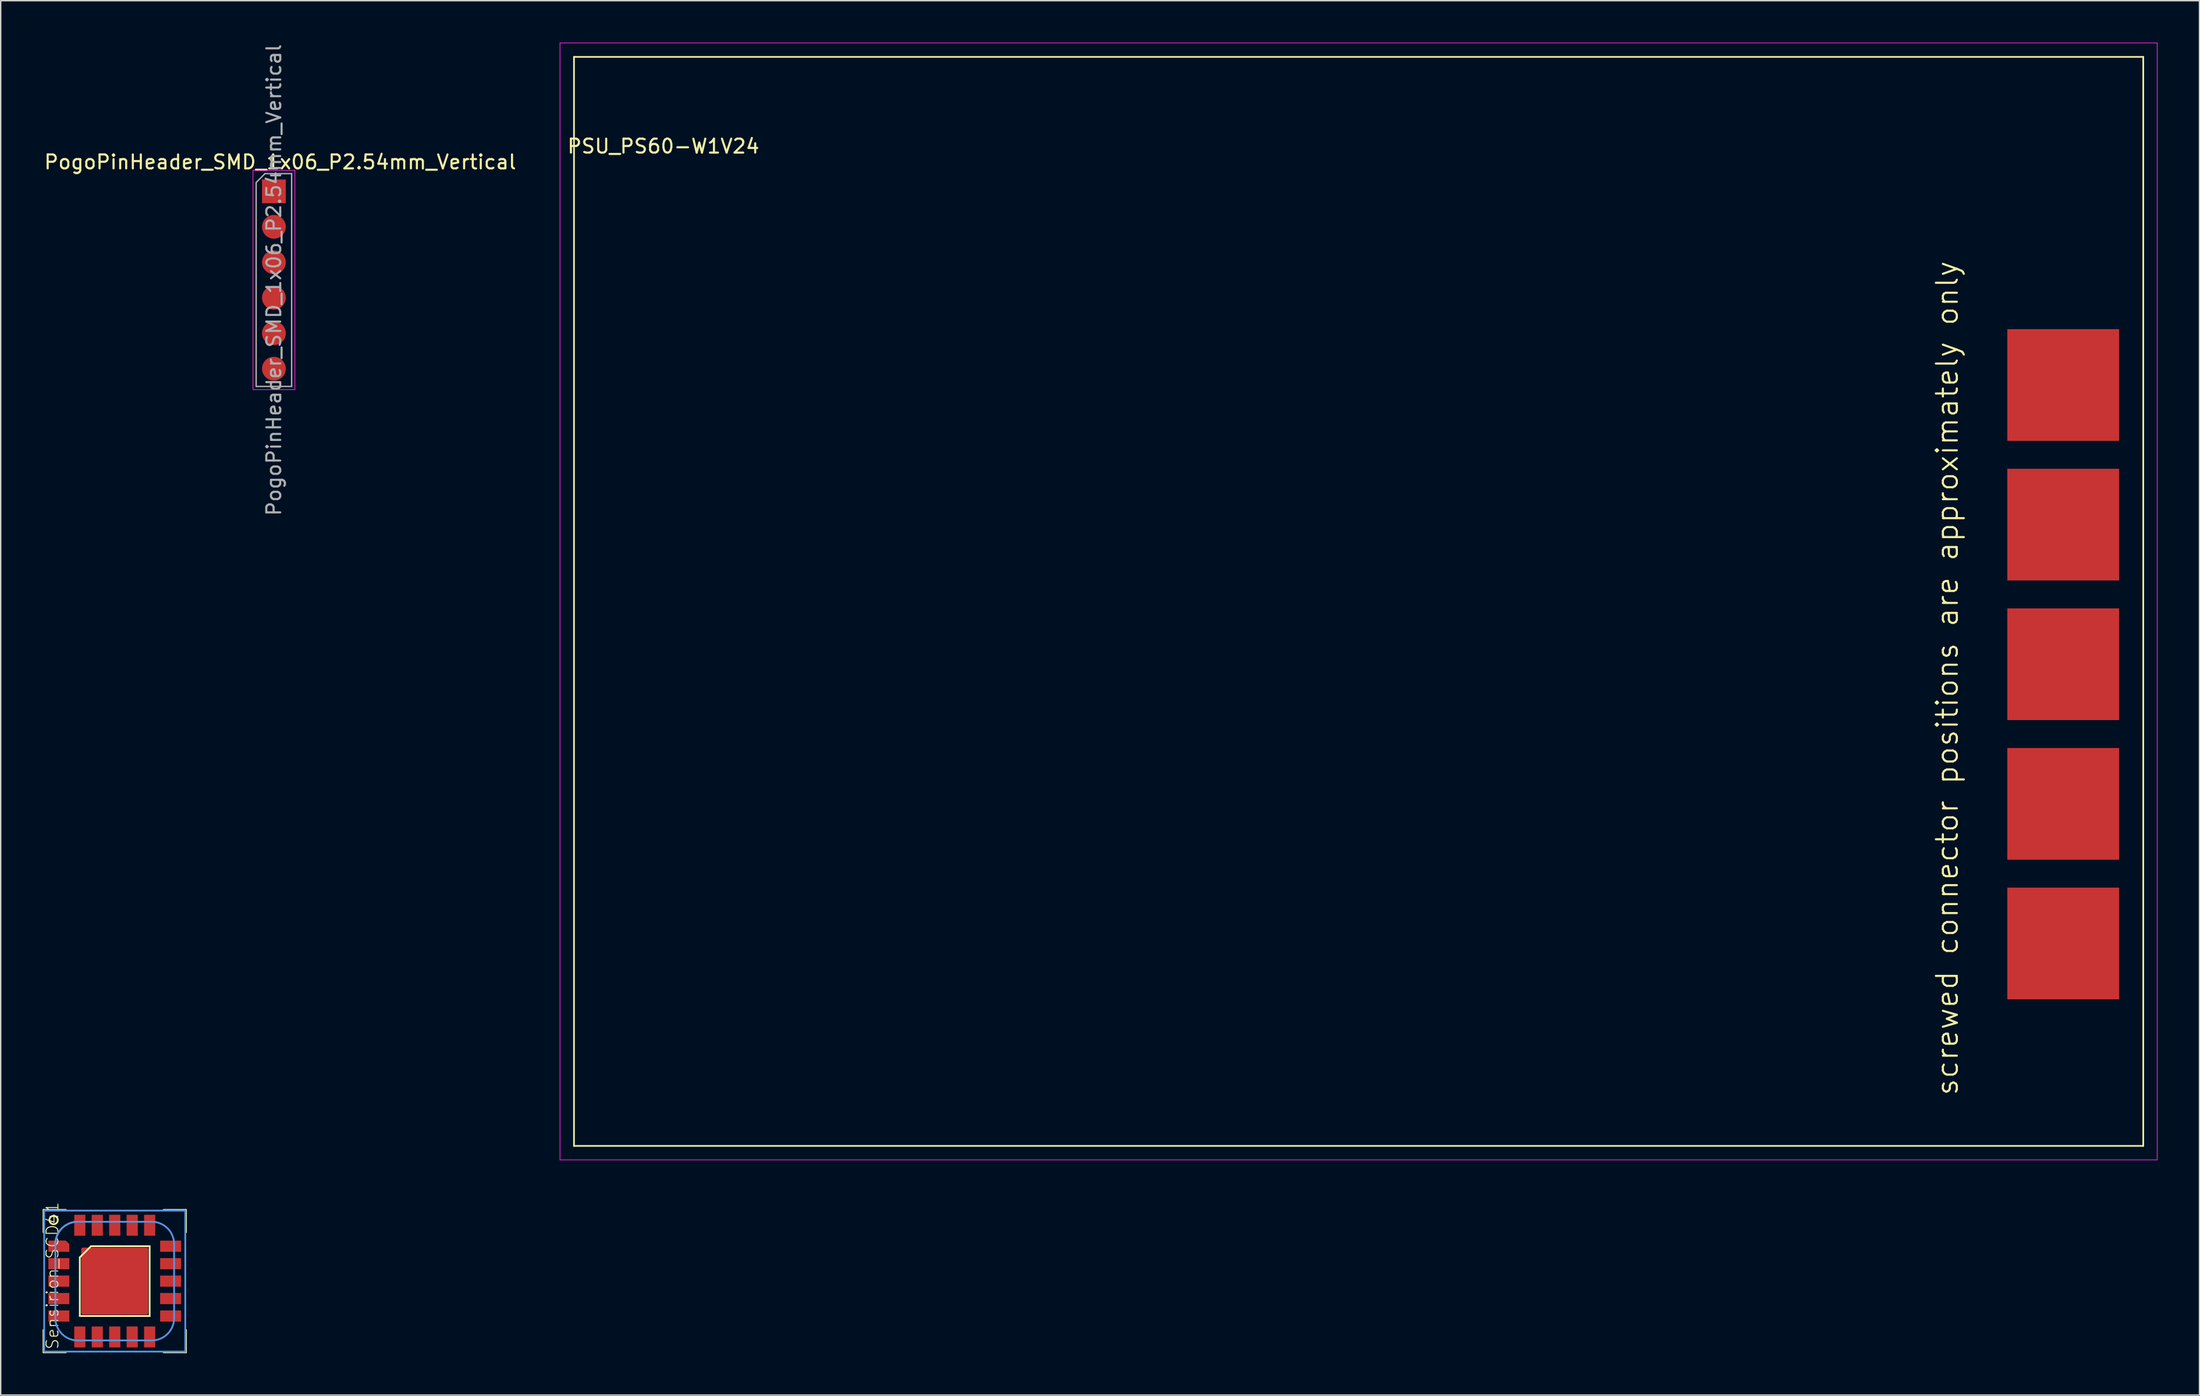
<source format=kicad_pcb>
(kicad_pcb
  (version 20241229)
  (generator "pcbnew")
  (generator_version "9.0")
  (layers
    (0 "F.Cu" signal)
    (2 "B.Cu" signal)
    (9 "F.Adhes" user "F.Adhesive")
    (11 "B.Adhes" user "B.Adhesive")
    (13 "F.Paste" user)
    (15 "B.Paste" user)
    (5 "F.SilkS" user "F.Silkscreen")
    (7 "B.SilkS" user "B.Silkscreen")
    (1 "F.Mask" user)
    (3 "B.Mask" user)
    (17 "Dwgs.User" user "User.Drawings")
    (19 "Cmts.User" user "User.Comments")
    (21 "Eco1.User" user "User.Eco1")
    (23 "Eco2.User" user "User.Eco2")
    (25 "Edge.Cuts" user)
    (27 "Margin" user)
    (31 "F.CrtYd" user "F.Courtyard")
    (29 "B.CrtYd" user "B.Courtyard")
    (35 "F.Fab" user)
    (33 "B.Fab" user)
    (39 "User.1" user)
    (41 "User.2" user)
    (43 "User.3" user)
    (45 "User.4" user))
  (footprint "Sensirion_SCD41"
    (layer "F.Cu")
    (at 5.163 88.708)
    (property "Reference" "Sensirion_SCD41" (at -3.962 4.953 270) (layer "F.SilkS") (effects (font (size 0.845 0.845) (thickness 0.068)) (justify left bottom)))
    (attr through_hole)
    (fp_poly (pts (xy -4.75 -2.1) (xy -3.25 -2.1) (xy -3.25 -2.65) (xy -3.5 -2.9) (xy -4.75 -2.9)) (stroke (width 0) (type solid)) (fill yes) (layer "F.Cu"))
    (fp_poly (pts (xy -3.45 -3) (xy -3.15 -2.7) (xy -3.15 -2) (xy -4.85 -2) (xy -4.85 -3)) (stroke (width 0) (type solid)) (fill yes) (layer "F.Mask"))
    (fp_line (start -5.1 -5.1) (end -5.1 -3.5) (stroke (width 0.127) (type solid)) (layer "F.SilkS"))
    (fp_line (start -5.1 -5.1) (end -3.5 -5.1) (stroke (width 0.127) (type solid)) (layer "F.SilkS"))
    (fp_line (start -5.1 5.1) (end -5.1 3.5) (stroke (width 0.127) (type solid)) (layer "F.SilkS"))
    (fp_line (start -5.1 5.1) (end -3.5 5.1) (stroke (width 0.127) (type solid)) (layer "F.SilkS"))
    (fp_line (start -2.5 -1.7) (end -1.7 -2.5) (stroke (width 0.127) (type solid)) (layer "F.SilkS"))
    (fp_line (start -2.5 2.5) (end -2.5 -1.7) (stroke (width 0.127) (type solid)) (layer "F.SilkS"))
    (fp_line (start 2.5 -2.5) (end -1.7 -2.5) (stroke (width 0.127) (type solid)) (layer "F.SilkS"))
    (fp_line (start 2.5 -2.5) (end 2.5 2.5) (stroke (width 0.127) (type solid)) (layer "F.SilkS"))
    (fp_line (start 2.5 2.5) (end -2.5 2.5) (stroke (width 0.127) (type solid)) (layer "F.SilkS"))
    (fp_line (start 5.1 -5.1) (end 3.5 -5.1) (stroke (width 0.127) (type solid)) (layer "F.SilkS"))
    (fp_line (start 5.1 -5.1) (end 5.1 -3.5) (stroke (width 0.127) (type solid)) (layer "F.SilkS"))
    (fp_line (start 5.1 5.1) (end 3.5 5.1) (stroke (width 0.127) (type solid)) (layer "F.SilkS"))
    (fp_line (start 5.1 5.1) (end 5.1 3.5) (stroke (width 0.127) (type solid)) (layer "F.SilkS"))
    (fp_circle (center -4.375 -4.375) (end -4.075 -4.375) (stroke (width 0.127) (type solid)) (fill no) (layer "F.SilkS"))
    (fp_poly (pts (xy -4.75 -2.9) (xy -4.75 -2.1) (xy -3.25 -2.1) (xy -3.25 -2.65) (xy -3.5 -2.9)) (stroke (width 0) (type solid)) (fill yes) (layer "F.Paste"))
    (fp_line (start -5.05 5.05) (end -5.05 -5.05) (stroke (width 0.127) (type solid)) (layer "Cmts.User"))
    (fp_line (start -5.05 5.05) (end 5.05 5.05) (stroke (width 0.127) (type solid)) (layer "Cmts.User"))
    (fp_line (start -4.25 2.65) (end -4.25 -2.65) (stroke (width 0.127) (type solid)) (layer "Cmts.User"))
    (fp_line (start 2.65 -4.25) (end -2.65 -4.25) (stroke (width 0.127) (type solid)) (layer "Cmts.User"))
    (fp_line (start 2.65 4.25) (end -2.65 4.25) (stroke (width 0.127) (type solid)) (layer "Cmts.User"))
    (fp_line (start 4.25 2.65) (end 4.25 -2.65) (stroke (width 0.127) (type solid)) (layer "Cmts.User"))
    (fp_line (start 5.05 -5.05) (end -5.05 -5.05) (stroke (width 0.127) (type solid)) (layer "Cmts.User"))
    (fp_line (start 5.05 5.05) (end 5.05 -5.05) (stroke (width 0.127) (type solid)) (layer "Cmts.User"))
    (fp_arc (start -4.25 -2.65) (mid -3.781371 -3.781371) (end -2.65 -4.25) (stroke (width 0.127) (type solid)) (layer "Cmts.User"))
    (fp_arc (start -4.25 -2.65) (mid -3.781371 -3.781371) (end -2.65 -4.25) (stroke (width 0.127) (type solid)) (layer "Cmts.User"))
    (fp_arc (start -2.65 4.25) (mid -3.781371 3.781371) (end -4.25 2.65) (stroke (width 0.127) (type solid)) (layer "Cmts.User"))
    (fp_arc (start 2.65 -4.25) (mid 3.781371 -3.781371) (end 4.25 -2.65) (stroke (width 0.127) (type solid)) (layer "Cmts.User"))
    (fp_arc (start 4.25 2.65) (mid 3.781371 3.781371) (end 2.65 4.25) (stroke (width 0.127) (type solid)) (layer "Cmts.User"))
    (pad "1" smd rect (at -4 -2.5 90) (size 0.8 0.8) (layers "F.Cu" "F.Mask" "F.Paste"))
    (pad "2" smd rect (at -4 -1.25 90) (size 0.8 1.5) (layers "F.Cu" "F.Mask" "F.Paste"))
    (pad "3" smd rect (at -4 0 90) (size 0.8 1.5) (layers "F.Cu" "F.Mask" "F.Paste"))
    (pad "4" smd rect (at -4 1.25 90) (size 0.8 1.5) (layers "F.Cu" "F.Mask" "F.Paste"))
    (pad "5" smd rect (at -4 2.5 90) (size 0.8 1.5) (layers "F.Cu" "F.Mask" "F.Paste"))
    (pad "6" smd rect (at -2.5 4 180) (size 0.8 1.5) (layers "F.Cu" "F.Mask" "F.Paste"))
    (pad "7" smd rect (at -1.25 4 180) (size 0.8 1.5) (layers "F.Cu" "F.Mask" "F.Paste"))
    (pad "8" smd rect (at 0 4 180) (size 0.8 1.5) (layers "F.Cu" "F.Mask" "F.Paste"))
    (pad "9" smd rect (at 1.25 4 180) (size 0.8 1.5) (layers "F.Cu" "F.Mask" "F.Paste"))
    (pad "10" smd rect (at 2.5 4 180) (size 0.8 1.5) (layers "F.Cu" "F.Mask" "F.Paste"))
    (pad "11" smd rect (at 4 2.5 270) (size 0.8 1.5) (layers "F.Cu" "F.Mask" "F.Paste"))
    (pad "12" smd rect (at 4 1.25 270) (size 0.8 1.5) (layers "F.Cu" "F.Mask" "F.Paste"))
    (pad "13" smd rect (at 4 0 270) (size 0.8 1.5) (layers "F.Cu" "F.Mask" "F.Paste"))
    (pad "14" smd rect (at 4 -1.25 270) (size 0.8 1.5) (layers "F.Cu" "F.Mask" "F.Paste"))
    (pad "15" smd rect (at 4 -2.5 270) (size 0.8 1.5) (layers "F.Cu" "F.Mask" "F.Paste"))
    (pad "16" smd rect (at 2.5 -4) (size 0.8 1.5) (layers "F.Cu" "F.Mask" "F.Paste"))
    (pad "17" smd rect (at 1.25 -4) (size 0.8 1.5) (layers "F.Cu" "F.Mask" "F.Paste"))
    (pad "18" smd rect (at 0 -4) (size 0.8 1.5) (layers "F.Cu" "F.Mask" "F.Paste"))
    (pad "19" smd rect (at -1.25 -4) (size 0.8 1.5) (layers "F.Cu" "F.Mask" "F.Paste"))
    (pad "20" smd rect (at -2.5 -4) (size 0.8 1.5) (layers "F.Cu" "F.Mask" "F.Paste"))
    (pad "21" smd roundrect (at 0 0) (size 4.8 4.8) (layers "F.Cu" "F.Mask" "F.Paste") (roundrect_rratio 0.025)))
  (footprint "PSU_PS60-W1V24"
    (layer "F.Cu")
    (at 38.037 1.025)
    (property "Reference" "PSU_PS60-W1V24" (at 6.4 6.4 0) (layer "F.SilkS") (effects (font (size 1 1) (thickness 0.15))))
    (attr through_hole)
    (fp_line (start 0 0) (end 112.33 0) (stroke (width 0.12) (type solid)) (layer "F.SilkS"))
    (fp_line (start 0 78) (end 0 0) (stroke (width 0.12) (type solid)) (layer "F.SilkS"))
    (fp_line (start 112.33 0) (end 112.33 78) (stroke (width 0.12) (type solid)) (layer "F.SilkS"))
    (fp_line (start 112.33 78) (end 0 78) (stroke (width 0.12) (type solid)) (layer "F.SilkS"))
    (fp_line (start -1 -1) (end 113.33 -1) (stroke (width 0.05) (type solid)) (layer "F.CrtYd"))
    (fp_line (start -1 79) (end -1 -1) (stroke (width 0.05) (type solid)) (layer "F.CrtYd"))
    (fp_line (start 113.33 -1) (end 113.33 79) (stroke (width 0.05) (type solid)) (layer "F.CrtYd"))
    (fp_line (start 113.33 79) (end -1 79) (stroke (width 0.05) (type solid)) (layer "F.CrtYd"))
    (fp_text user "screwed connector positions are approximately only" (at 98.3 44.5 90) (layer "F.SilkS") (effects (font (size 1.5 1.5) (thickness 0.15))))
    (pad "1A" connect rect (at 106.6 23.5) (size 8 8) (layers "F.Cu" "F.Mask"))
    (pad "2A" connect rect (at 106.6 33.5) (size 8 8) (layers "F.Cu" "F.Mask"))
    (pad "3A" connect rect (at 106.6 43.5) (size 8 8) (layers "F.Cu" "F.Mask"))
    (pad "4A" connect rect (at 106.6 53.5) (size 8 8) (layers "F.Cu" "F.Mask"))
    (pad "5A" connect rect (at 106.6 63.5) (size 8 8) (layers "F.Cu" "F.Mask")))
  (footprint "PogoPinHeader_SMD_1x06_P2.54mm_Vertical"
    (layer "F.Cu")
    (at 16.556 10.656)
    (property "Reference" "PogoPinHeader_SMD_1x06_P2.54mm_Vertical" (at 0.45 -2.1 0) (layer "F.SilkS") (effects (font (size 1 1) (thickness 0.15))))
    (attr through_hole)
    (fp_line (start -1.5 -1.5) (end -1.5 14.2) (stroke (width 0.05) (type solid)) (layer "F.CrtYd"))
    (fp_line (start -1.5 14.2) (end 1.5 14.2) (stroke (width 0.05) (type solid)) (layer "F.CrtYd"))
    (fp_line (start 1.5 -1.5) (end -1.5 -1.5) (stroke (width 0.05) (type solid)) (layer "F.CrtYd"))
    (fp_line (start 1.5 14.2) (end 1.5 -1.5) (stroke (width 0.05) (type solid)) (layer "F.CrtYd"))
    (fp_line (start -1.27 -0.635) (end -0.635 -1.27) (stroke (width 0.1) (type solid)) (layer "F.Fab"))
    (fp_line (start -1.27 13.97) (end -1.27 -0.635) (stroke (width 0.1) (type solid)) (layer "F.Fab"))
    (fp_line (start -0.635 -1.27) (end 1.27 -1.27) (stroke (width 0.1) (type solid)) (layer "F.Fab"))
    (fp_line (start 1.27 -1.27) (end 1.27 13.97) (stroke (width 0.1) (type solid)) (layer "F.Fab"))
    (fp_line (start 1.27 13.97) (end -1.27 13.97) (stroke (width 0.1) (type solid)) (layer "F.Fab"))
    (fp_text user "${REFERENCE}" (at 0 6.35 90) (layer "F.Fab") (effects (font (size 1 1) (thickness 0.15))))
    (pad "1" smd rect (at 0 0) (size 1.7 1.7) (layers "F.Cu" "F.Mask" "F.Paste"))
    (pad "2" smd oval (at 0 2.54) (size 1.7 1.7) (layers "F.Cu" "F.Mask" "F.Paste"))
    (pad "3" smd oval (at 0 5.08) (size 1.7 1.7) (layers "F.Cu" "F.Mask" "F.Paste"))
    (pad "4" smd oval (at 0 7.62) (size 1.7 1.7) (layers "F.Cu" "F.Mask" "F.Paste"))
    (pad "5" smd oval (at 0 10.16) (size 1.7 1.7) (layers "F.Cu" "F.Mask" "F.Paste"))
    (pad "6" smd oval (at 0 12.7) (size 1.7 1.7) (layers "F.Cu" "F.Mask" "F.Paste")))
  (gr_rect
    (start -3 -3)
    (end 154.392 96.871)
    (stroke (width 0.1) (type default))
    (fill no)
    (layer "Edge.Cuts")))
</source>
